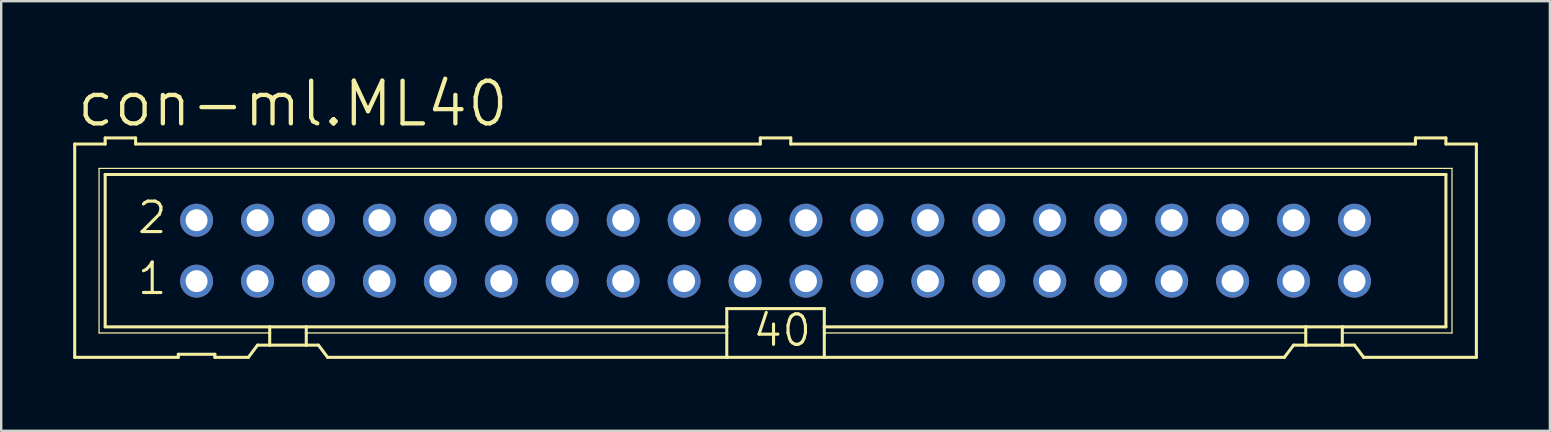
<source format=kicad_pcb>
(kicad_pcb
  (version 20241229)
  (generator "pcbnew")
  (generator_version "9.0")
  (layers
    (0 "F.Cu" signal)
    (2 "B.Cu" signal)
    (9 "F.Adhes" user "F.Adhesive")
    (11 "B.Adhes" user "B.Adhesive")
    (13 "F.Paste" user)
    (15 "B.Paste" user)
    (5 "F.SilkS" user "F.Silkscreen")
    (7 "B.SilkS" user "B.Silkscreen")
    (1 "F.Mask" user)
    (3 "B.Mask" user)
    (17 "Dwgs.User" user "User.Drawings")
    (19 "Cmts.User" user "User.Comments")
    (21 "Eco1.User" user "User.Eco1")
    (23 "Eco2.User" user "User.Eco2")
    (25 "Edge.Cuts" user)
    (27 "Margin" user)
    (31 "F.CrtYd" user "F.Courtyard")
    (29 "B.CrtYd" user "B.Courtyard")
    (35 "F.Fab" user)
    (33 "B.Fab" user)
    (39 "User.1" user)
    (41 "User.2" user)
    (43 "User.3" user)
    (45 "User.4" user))
  (footprint "con-ml.ML40"
    (layer "F.Cu")
    (at 29.273 7.398)
    (property "Reference" "con-ml.ML40" (at -29.21 -5.08 0) (layer "F.SilkS") (effects (font (size 1.778 1.778) (thickness 0.18)) (justify left bottom)))
    (attr through_hole)
    (fp_line (start -29.21 -4.445) (end -29.21 4.445) (stroke (width 0.127) (type default)) (layer "F.SilkS"))
    (fp_line (start -29.21 -4.445) (end -27.94 -4.445) (stroke (width 0.127) (type default)) (layer "F.SilkS"))
    (fp_line (start -29.21 4.445) (end -24.892 4.445) (stroke (width 0.127) (type default)) (layer "F.SilkS"))
    (fp_line (start -28.194 -3.429) (end -28.194 3.429) (stroke (width 0.051) (type default)) (layer "F.SilkS"))
    (fp_line (start -28.194 3.429) (end -21.082 3.429) (stroke (width 0.051) (type default)) (layer "F.SilkS"))
    (fp_line (start -27.94 -4.699) (end -27.94 -4.445) (stroke (width 0.127) (type default)) (layer "F.SilkS"))
    (fp_line (start -27.94 -3.175) (end -27.94 3.175) (stroke (width 0.127) (type default)) (layer "F.SilkS"))
    (fp_line (start -27.94 -3.175) (end 27.94 -3.175) (stroke (width 0.127) (type default)) (layer "F.SilkS"))
    (fp_line (start -26.67 -4.699) (end -27.94 -4.699) (stroke (width 0.127) (type default)) (layer "F.SilkS"))
    (fp_line (start -26.67 -4.699) (end -26.67 -4.445) (stroke (width 0.127) (type default)) (layer "F.SilkS"))
    (fp_line (start -26.67 -4.445) (end -0.635 -4.445) (stroke (width 0.127) (type default)) (layer "F.SilkS"))
    (fp_line (start -24.892 4.318) (end -24.892 4.445) (stroke (width 0.127) (type default)) (layer "F.SilkS"))
    (fp_line (start -24.892 4.318) (end -23.368 4.318) (stroke (width 0.127) (type default)) (layer "F.SilkS"))
    (fp_line (start -23.368 4.445) (end -23.368 4.318) (stroke (width 0.127) (type default)) (layer "F.SilkS"))
    (fp_line (start -23.368 4.445) (end -21.971 4.445) (stroke (width 0.127) (type default)) (layer "F.SilkS"))
    (fp_line (start -21.971 4.445) (end -21.59 3.937) (stroke (width 0.127) (type default)) (layer "F.SilkS"))
    (fp_line (start -21.082 3.175) (end -27.94 3.175) (stroke (width 0.127) (type default)) (layer "F.SilkS"))
    (fp_line (start -21.082 3.175) (end -21.082 3.429) (stroke (width 0.127) (type default)) (layer "F.SilkS"))
    (fp_line (start -21.082 3.429) (end -21.082 3.937) (stroke (width 0.127) (type default)) (layer "F.SilkS"))
    (fp_line (start -21.082 3.937) (end -21.59 3.937) (stroke (width 0.127) (type default)) (layer "F.SilkS"))
    (fp_line (start -19.558 3.175) (end -21.082 3.175) (stroke (width 0.127) (type default)) (layer "F.SilkS"))
    (fp_line (start -19.558 3.175) (end -19.558 3.429) (stroke (width 0.127) (type default)) (layer "F.SilkS"))
    (fp_line (start -19.558 3.429) (end -19.558 3.937) (stroke (width 0.127) (type default)) (layer "F.SilkS"))
    (fp_line (start -19.558 3.429) (end -2.032 3.429) (stroke (width 0.051) (type default)) (layer "F.SilkS"))
    (fp_line (start -19.558 3.937) (end -21.082 3.937) (stroke (width 0.127) (type default)) (layer "F.SilkS"))
    (fp_line (start -19.05 3.937) (end -19.558 3.937) (stroke (width 0.127) (type default)) (layer "F.SilkS"))
    (fp_line (start -19.05 3.937) (end -18.669 4.445) (stroke (width 0.127) (type default)) (layer "F.SilkS"))
    (fp_line (start -18.669 4.445) (end -2.032 4.445) (stroke (width 0.127) (type default)) (layer "F.SilkS"))
    (fp_line (start -2.032 3.175) (end -19.558 3.175) (stroke (width 0.127) (type default)) (layer "F.SilkS"))
    (fp_line (start -2.032 3.175) (end -2.032 2.413) (stroke (width 0.127) (type default)) (layer "F.SilkS"))
    (fp_line (start -2.032 3.175) (end -2.032 3.429) (stroke (width 0.127) (type default)) (layer "F.SilkS"))
    (fp_line (start -2.032 3.429) (end -2.032 4.445) (stroke (width 0.127) (type default)) (layer "F.SilkS"))
    (fp_line (start -0.635 -4.699) (end -0.635 -4.445) (stroke (width 0.127) (type default)) (layer "F.SilkS"))
    (fp_line (start 0.635 -4.699) (end -0.635 -4.699) (stroke (width 0.127) (type default)) (layer "F.SilkS"))
    (fp_line (start 0.635 -4.699) (end 0.635 -4.445) (stroke (width 0.127) (type default)) (layer "F.SilkS"))
    (fp_line (start 0.635 -4.445) (end 26.67 -4.445) (stroke (width 0.127) (type default)) (layer "F.SilkS"))
    (fp_line (start 2.032 2.413) (end -2.032 2.413) (stroke (width 0.127) (type default)) (layer "F.SilkS"))
    (fp_line (start 2.032 2.413) (end 2.032 3.175) (stroke (width 0.127) (type default)) (layer "F.SilkS"))
    (fp_line (start 2.032 3.175) (end 2.032 3.429) (stroke (width 0.127) (type default)) (layer "F.SilkS"))
    (fp_line (start 2.032 3.429) (end 2.032 4.445) (stroke (width 0.127) (type default)) (layer "F.SilkS"))
    (fp_line (start 2.032 4.445) (end -2.032 4.445) (stroke (width 0.127) (type default)) (layer "F.SilkS"))
    (fp_line (start 21.209 4.445) (end 2.032 4.445) (stroke (width 0.127) (type default)) (layer "F.SilkS"))
    (fp_line (start 21.209 4.445) (end 21.59 3.937) (stroke (width 0.127) (type default)) (layer "F.SilkS"))
    (fp_line (start 22.098 3.175) (end 2.032 3.175) (stroke (width 0.127) (type default)) (layer "F.SilkS"))
    (fp_line (start 22.098 3.175) (end 22.098 3.429) (stroke (width 0.127) (type default)) (layer "F.SilkS"))
    (fp_line (start 22.098 3.429) (end 2.032 3.429) (stroke (width 0.051) (type default)) (layer "F.SilkS"))
    (fp_line (start 22.098 3.429) (end 22.098 3.937) (stroke (width 0.127) (type default)) (layer "F.SilkS"))
    (fp_line (start 22.098 3.937) (end 21.59 3.937) (stroke (width 0.127) (type default)) (layer "F.SilkS"))
    (fp_line (start 23.622 3.175) (end 22.098 3.175) (stroke (width 0.127) (type default)) (layer "F.SilkS"))
    (fp_line (start 23.622 3.175) (end 23.622 3.429) (stroke (width 0.127) (type default)) (layer "F.SilkS"))
    (fp_line (start 23.622 3.429) (end 23.622 3.937) (stroke (width 0.127) (type default)) (layer "F.SilkS"))
    (fp_line (start 23.622 3.429) (end 28.194 3.429) (stroke (width 0.051) (type default)) (layer "F.SilkS"))
    (fp_line (start 23.622 3.937) (end 22.098 3.937) (stroke (width 0.127) (type default)) (layer "F.SilkS"))
    (fp_line (start 24.13 3.937) (end 23.622 3.937) (stroke (width 0.127) (type default)) (layer "F.SilkS"))
    (fp_line (start 24.13 3.937) (end 24.511 4.445) (stroke (width 0.127) (type default)) (layer "F.SilkS"))
    (fp_line (start 26.67 -4.445) (end 26.67 -4.699) (stroke (width 0.127) (type default)) (layer "F.SilkS"))
    (fp_line (start 27.94 -4.699) (end 26.67 -4.699) (stroke (width 0.127) (type default)) (layer "F.SilkS"))
    (fp_line (start 27.94 -4.445) (end 27.94 -4.699) (stroke (width 0.127) (type default)) (layer "F.SilkS"))
    (fp_line (start 27.94 -4.445) (end 29.21 -4.445) (stroke (width 0.127) (type default)) (layer "F.SilkS"))
    (fp_line (start 27.94 3.175) (end 23.622 3.175) (stroke (width 0.127) (type default)) (layer "F.SilkS"))
    (fp_line (start 27.94 3.175) (end 27.94 -3.175) (stroke (width 0.127) (type default)) (layer "F.SilkS"))
    (fp_line (start 28.194 -3.429) (end -28.194 -3.429) (stroke (width 0.051) (type default)) (layer "F.SilkS"))
    (fp_line (start 28.194 3.429) (end 28.194 -3.429) (stroke (width 0.051) (type default)) (layer "F.SilkS"))
    (fp_line (start 29.21 4.445) (end 24.511 4.445) (stroke (width 0.127) (type default)) (layer "F.SilkS"))
    (fp_line (start 29.21 4.445) (end 29.21 -4.445) (stroke (width 0.127) (type default)) (layer "F.SilkS"))
    (fp_rect (start -24.384 -1.016) (end -23.876 -1.524) (stroke (width 0.05) (type default)) (fill no) (layer "F.Fab"))
    (fp_rect (start -24.384 1.524) (end -23.876 1.016) (stroke (width 0.05) (type default)) (fill no) (layer "F.Fab"))
    (fp_rect (start -21.844 -1.016) (end -21.336 -1.524) (stroke (width 0.05) (type default)) (fill no) (layer "F.Fab"))
    (fp_rect (start -21.844 1.524) (end -21.336 1.016) (stroke (width 0.05) (type default)) (fill no) (layer "F.Fab"))
    (fp_rect (start -19.304 -1.016) (end -18.796 -1.524) (stroke (width 0.05) (type default)) (fill no) (layer "F.Fab"))
    (fp_rect (start -19.304 1.524) (end -18.796 1.016) (stroke (width 0.05) (type default)) (fill no) (layer "F.Fab"))
    (fp_rect (start -16.764 -1.016) (end -16.256 -1.524) (stroke (width 0.05) (type default)) (fill no) (layer "F.Fab"))
    (fp_rect (start -16.764 1.524) (end -16.256 1.016) (stroke (width 0.05) (type default)) (fill no) (layer "F.Fab"))
    (fp_rect (start -14.224 -1.016) (end -13.716 -1.524) (stroke (width 0.05) (type default)) (fill no) (layer "F.Fab"))
    (fp_rect (start -14.224 1.524) (end -13.716 1.016) (stroke (width 0.05) (type default)) (fill no) (layer "F.Fab"))
    (fp_rect (start -11.684 -1.016) (end -11.176 -1.524) (stroke (width 0.05) (type default)) (fill no) (layer "F.Fab"))
    (fp_rect (start -11.684 1.524) (end -11.176 1.016) (stroke (width 0.05) (type default)) (fill no) (layer "F.Fab"))
    (fp_rect (start -9.144 -1.016) (end -8.636 -1.524) (stroke (width 0.05) (type default)) (fill no) (layer "F.Fab"))
    (fp_rect (start -9.144 1.524) (end -8.636 1.016) (stroke (width 0.05) (type default)) (fill no) (layer "F.Fab"))
    (fp_rect (start -6.604 -1.016) (end -6.096 -1.524) (stroke (width 0.05) (type default)) (fill no) (layer "F.Fab"))
    (fp_rect (start -6.604 1.524) (end -6.096 1.016) (stroke (width 0.05) (type default)) (fill no) (layer "F.Fab"))
    (fp_rect (start -4.064 -1.016) (end -3.556 -1.524) (stroke (width 0.05) (type default)) (fill no) (layer "F.Fab"))
    (fp_rect (start -4.064 1.524) (end -3.556 1.016) (stroke (width 0.05) (type default)) (fill no) (layer "F.Fab"))
    (fp_rect (start -1.524 -1.016) (end -1.016 -1.524) (stroke (width 0.05) (type default)) (fill no) (layer "F.Fab"))
    (fp_rect (start -1.524 1.524) (end -1.016 1.016) (stroke (width 0.05) (type default)) (fill no) (layer "F.Fab"))
    (fp_rect (start 1.016 -1.016) (end 1.524 -1.524) (stroke (width 0.05) (type default)) (fill no) (layer "F.Fab"))
    (fp_rect (start 1.016 1.524) (end 1.524 1.016) (stroke (width 0.05) (type default)) (fill no) (layer "F.Fab"))
    (fp_rect (start 3.556 -1.016) (end 4.064 -1.524) (stroke (width 0.05) (type default)) (fill no) (layer "F.Fab"))
    (fp_rect (start 3.556 1.524) (end 4.064 1.016) (stroke (width 0.05) (type default)) (fill no) (layer "F.Fab"))
    (fp_rect (start 6.096 -1.016) (end 6.604 -1.524) (stroke (width 0.05) (type default)) (fill no) (layer "F.Fab"))
    (fp_rect (start 6.096 1.524) (end 6.604 1.016) (stroke (width 0.05) (type default)) (fill no) (layer "F.Fab"))
    (fp_rect (start 8.636 -1.016) (end 9.144 -1.524) (stroke (width 0.05) (type default)) (fill no) (layer "F.Fab"))
    (fp_rect (start 8.636 1.524) (end 9.144 1.016) (stroke (width 0.05) (type default)) (fill no) (layer "F.Fab"))
    (fp_rect (start 11.176 -1.016) (end 11.684 -1.524) (stroke (width 0.05) (type default)) (fill no) (layer "F.Fab"))
    (fp_rect (start 11.176 1.524) (end 11.684 1.016) (stroke (width 0.05) (type default)) (fill no) (layer "F.Fab"))
    (fp_rect (start 13.716 -1.016) (end 14.224 -1.524) (stroke (width 0.05) (type default)) (fill no) (layer "F.Fab"))
    (fp_rect (start 13.716 1.524) (end 14.224 1.016) (stroke (width 0.05) (type default)) (fill no) (layer "F.Fab"))
    (fp_rect (start 16.256 -1.016) (end 16.764 -1.524) (stroke (width 0.05) (type default)) (fill no) (layer "F.Fab"))
    (fp_rect (start 16.256 1.524) (end 16.764 1.016) (stroke (width 0.05) (type default)) (fill no) (layer "F.Fab"))
    (fp_rect (start 18.796 -1.016) (end 19.304 -1.524) (stroke (width 0.05) (type default)) (fill no) (layer "F.Fab"))
    (fp_rect (start 18.796 1.524) (end 19.304 1.016) (stroke (width 0.05) (type default)) (fill no) (layer "F.Fab"))
    (fp_rect (start 21.336 -1.016) (end 21.844 -1.524) (stroke (width 0.05) (type default)) (fill no) (layer "F.Fab"))
    (fp_rect (start 21.336 1.524) (end 21.844 1.016) (stroke (width 0.05) (type default)) (fill no) (layer "F.Fab"))
    (fp_rect (start 23.876 -1.016) (end 24.384 -1.524) (stroke (width 0.05) (type default)) (fill no) (layer "F.Fab"))
    (fp_rect (start 23.876 1.524) (end 24.384 1.016) (stroke (width 0.05) (type default)) (fill no) (layer "F.Fab"))
    (fp_text user "1" (at -26.67 1.905 0) (layer "F.SilkS") (effects (font (size 1.27 1.27) (thickness 0.13)) (justify left bottom)))
    (fp_text user "2" (at -26.67 -0.635 0) (layer "F.SilkS") (effects (font (size 1.27 1.27) (thickness 0.13)) (justify left bottom)))
    (fp_text user "40" (at -1.016 4.064 0) (layer "F.SilkS") (effects (font (size 1.27 1.27) (thickness 0.13)) (justify left bottom)))
    (pad "1" thru_hole circle (at -24.13 1.27) (size 1.372 1.372) (drill 0.914) (layers "*.Cu" "*.Mask"))
    (pad "2" thru_hole circle (at -24.13 -1.27) (size 1.372 1.372) (drill 0.914) (layers "*.Cu" "*.Mask"))
    (pad "3" thru_hole circle (at -21.59 1.27) (size 1.372 1.372) (drill 0.914) (layers "*.Cu" "*.Mask"))
    (pad "4" thru_hole circle (at -21.59 -1.27) (size 1.372 1.372) (drill 0.914) (layers "*.Cu" "*.Mask"))
    (pad "5" thru_hole circle (at -19.05 1.27) (size 1.372 1.372) (drill 0.914) (layers "*.Cu" "*.Mask"))
    (pad "6" thru_hole circle (at -19.05 -1.27) (size 1.372 1.372) (drill 0.914) (layers "*.Cu" "*.Mask"))
    (pad "7" thru_hole circle (at -16.51 1.27) (size 1.372 1.372) (drill 0.914) (layers "*.Cu" "*.Mask"))
    (pad "8" thru_hole circle (at -16.51 -1.27) (size 1.372 1.372) (drill 0.914) (layers "*.Cu" "*.Mask"))
    (pad "9" thru_hole circle (at -13.97 1.27) (size 1.372 1.372) (drill 0.914) (layers "*.Cu" "*.Mask"))
    (pad "10" thru_hole circle (at -13.97 -1.27) (size 1.372 1.372) (drill 0.914) (layers "*.Cu" "*.Mask"))
    (pad "11" thru_hole circle (at -11.43 1.27) (size 1.372 1.372) (drill 0.914) (layers "*.Cu" "*.Mask"))
    (pad "12" thru_hole circle (at -11.43 -1.27) (size 1.372 1.372) (drill 0.914) (layers "*.Cu" "*.Mask"))
    (pad "13" thru_hole circle (at -8.89 1.27) (size 1.372 1.372) (drill 0.914) (layers "*.Cu" "*.Mask"))
    (pad "14" thru_hole circle (at -8.89 -1.27) (size 1.372 1.372) (drill 0.914) (layers "*.Cu" "*.Mask"))
    (pad "15" thru_hole circle (at -6.35 1.27) (size 1.372 1.372) (drill 0.914) (layers "*.Cu" "*.Mask"))
    (pad "16" thru_hole circle (at -6.35 -1.27) (size 1.372 1.372) (drill 0.914) (layers "*.Cu" "*.Mask"))
    (pad "17" thru_hole circle (at -3.81 1.27) (size 1.372 1.372) (drill 0.914) (layers "*.Cu" "*.Mask"))
    (pad "18" thru_hole circle (at -3.81 -1.27) (size 1.372 1.372) (drill 0.914) (layers "*.Cu" "*.Mask"))
    (pad "19" thru_hole circle (at -1.27 1.27) (size 1.372 1.372) (drill 0.914) (layers "*.Cu" "*.Mask"))
    (pad "20" thru_hole circle (at -1.27 -1.27) (size 1.372 1.372) (drill 0.914) (layers "*.Cu" "*.Mask"))
    (pad "21" thru_hole circle (at 1.27 1.27) (size 1.372 1.372) (drill 0.914) (layers "*.Cu" "*.Mask"))
    (pad "22" thru_hole circle (at 1.27 -1.27) (size 1.372 1.372) (drill 0.914) (layers "*.Cu" "*.Mask"))
    (pad "23" thru_hole circle (at 3.81 1.27) (size 1.372 1.372) (drill 0.914) (layers "*.Cu" "*.Mask"))
    (pad "24" thru_hole circle (at 3.81 -1.27) (size 1.372 1.372) (drill 0.914) (layers "*.Cu" "*.Mask"))
    (pad "25" thru_hole circle (at 6.35 1.27) (size 1.372 1.372) (drill 0.914) (layers "*.Cu" "*.Mask"))
    (pad "26" thru_hole circle (at 6.35 -1.27) (size 1.372 1.372) (drill 0.914) (layers "*.Cu" "*.Mask"))
    (pad "27" thru_hole circle (at 8.89 1.27) (size 1.372 1.372) (drill 0.914) (layers "*.Cu" "*.Mask"))
    (pad "28" thru_hole circle (at 8.89 -1.27) (size 1.372 1.372) (drill 0.914) (layers "*.Cu" "*.Mask"))
    (pad "29" thru_hole circle (at 11.43 1.27) (size 1.372 1.372) (drill 0.914) (layers "*.Cu" "*.Mask"))
    (pad "30" thru_hole circle (at 11.43 -1.27) (size 1.372 1.372) (drill 0.914) (layers "*.Cu" "*.Mask"))
    (pad "31" thru_hole circle (at 13.97 1.27) (size 1.372 1.372) (drill 0.914) (layers "*.Cu" "*.Mask"))
    (pad "32" thru_hole circle (at 13.97 -1.27) (size 1.372 1.372) (drill 0.914) (layers "*.Cu" "*.Mask"))
    (pad "33" thru_hole circle (at 16.51 1.27) (size 1.372 1.372) (drill 0.914) (layers "*.Cu" "*.Mask"))
    (pad "34" thru_hole circle (at 16.51 -1.27) (size 1.372 1.372) (drill 0.914) (layers "*.Cu" "*.Mask"))
    (pad "35" thru_hole circle (at 19.05 1.27) (size 1.372 1.372) (drill 0.914) (layers "*.Cu" "*.Mask"))
    (pad "36" thru_hole circle (at 19.05 -1.27) (size 1.372 1.372) (drill 0.914) (layers "*.Cu" "*.Mask"))
    (pad "37" thru_hole circle (at 21.59 1.27) (size 1.372 1.372) (drill 0.914) (layers "*.Cu" "*.Mask"))
    (pad "38" thru_hole circle (at 21.59 -1.27) (size 1.372 1.372) (drill 0.914) (layers "*.Cu" "*.Mask"))
    (pad "39" thru_hole circle (at 24.13 1.27) (size 1.372 1.372) (drill 0.914) (layers "*.Cu" "*.Mask"))
    (pad "40" thru_hole circle (at 24.13 -1.27) (size 1.372 1.372) (drill 0.914) (layers "*.Cu" "*.Mask")))
  (gr_rect
    (start -3 -3)
    (end 61.547 14.906)
    (stroke (width 0.1) (type default))
    (fill no)
    (layer "Edge.Cuts")))
</source>
